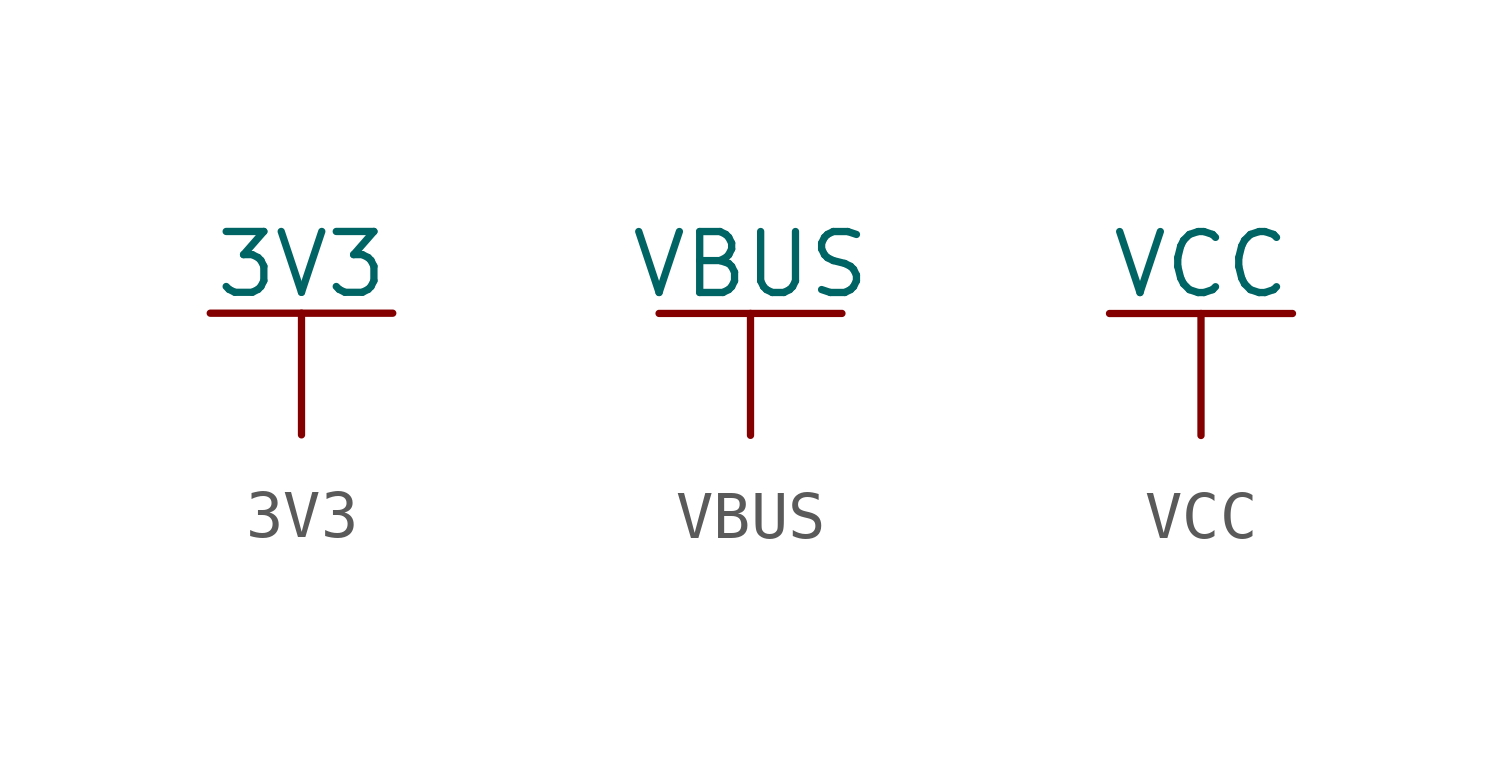
<source format=kicad_sym>
(kicad_symbol_lib
  (version 20231120)
  (generator "kicad_symbol_editor")
  (generator_version "8.0")
  (symbol "3V3"
    (power)
    (pin_numbers hide)
    (pin_names
      (offset 0) hide)
    (property "Reference" "#PWR"
      (at 0 0 0)
      (effects (font (size 1.27 1.27)) (hide yes)))
    (property "Value" "3V3"
      (at 0 6.096 0)
      (do_not_autoplace)
      (effects (font (size 1.27 1.27))))
    (symbol "3V3_0_1"
      (polyline (pts (xy -1.905 5.08) (xy 1.905 5.08)) (stroke (width 0) (type default)) (fill (type none))))
    (symbol "3V3_1_1"
      (pin power_in line (at 0 2.54 90) (length 2.54) (name "~" (effects (font (size 1.27 1.27)))) (number "1" (effects (font (size 1.27 1.27)))))))
  (symbol "VBUS"
    (power)
    (pin_numbers hide)
    (pin_names
      (offset 0) hide)
    (property "Reference" "#PWR"
      (at 0 0 0)
      (effects (font (size 1.27 1.27)) (hide yes)))
    (property "Value" "VBUS"
      (at 0 6.096 0)
      (do_not_autoplace)
      (effects (font (size 1.27 1.27))))
    (symbol "VBUS_0_1"
      (polyline (pts (xy -1.905 5.08) (xy 1.905 5.08)) (stroke (width 0) (type default)) (fill (type none))))
    (symbol "VBUS_1_1"
      (pin power_in line (at 0 2.54 90) (length 2.54) (name "~" (effects (font (size 1.27 1.27)))) (number "1" (effects (font (size 1.27 1.27)))))))
  (symbol "VCC"
    (power)
    (pin_numbers hide)
    (pin_names
      (offset 0) hide)
    (property "Reference" "#PWR"
      (at 0 0 0)
      (effects (font (size 1.27 1.27)) (hide yes)))
    (property "Value" "VCC"
      (at 0 6.096 0)
      (do_not_autoplace)
      (effects (font (size 1.27 1.27))))
    (symbol "VCC_0_1"
      (polyline (pts (xy -1.905 5.08) (xy 1.905 5.08)) (stroke (width 0) (type default)) (fill (type none))))
    (symbol "VCC_1_1"
      (pin power_in line (at 0 2.54 90) (length 2.54) (name "~" (effects (font (size 1.27 1.27)))) (number "1" (effects (font (size 1.27 1.27))))))))
</source>
